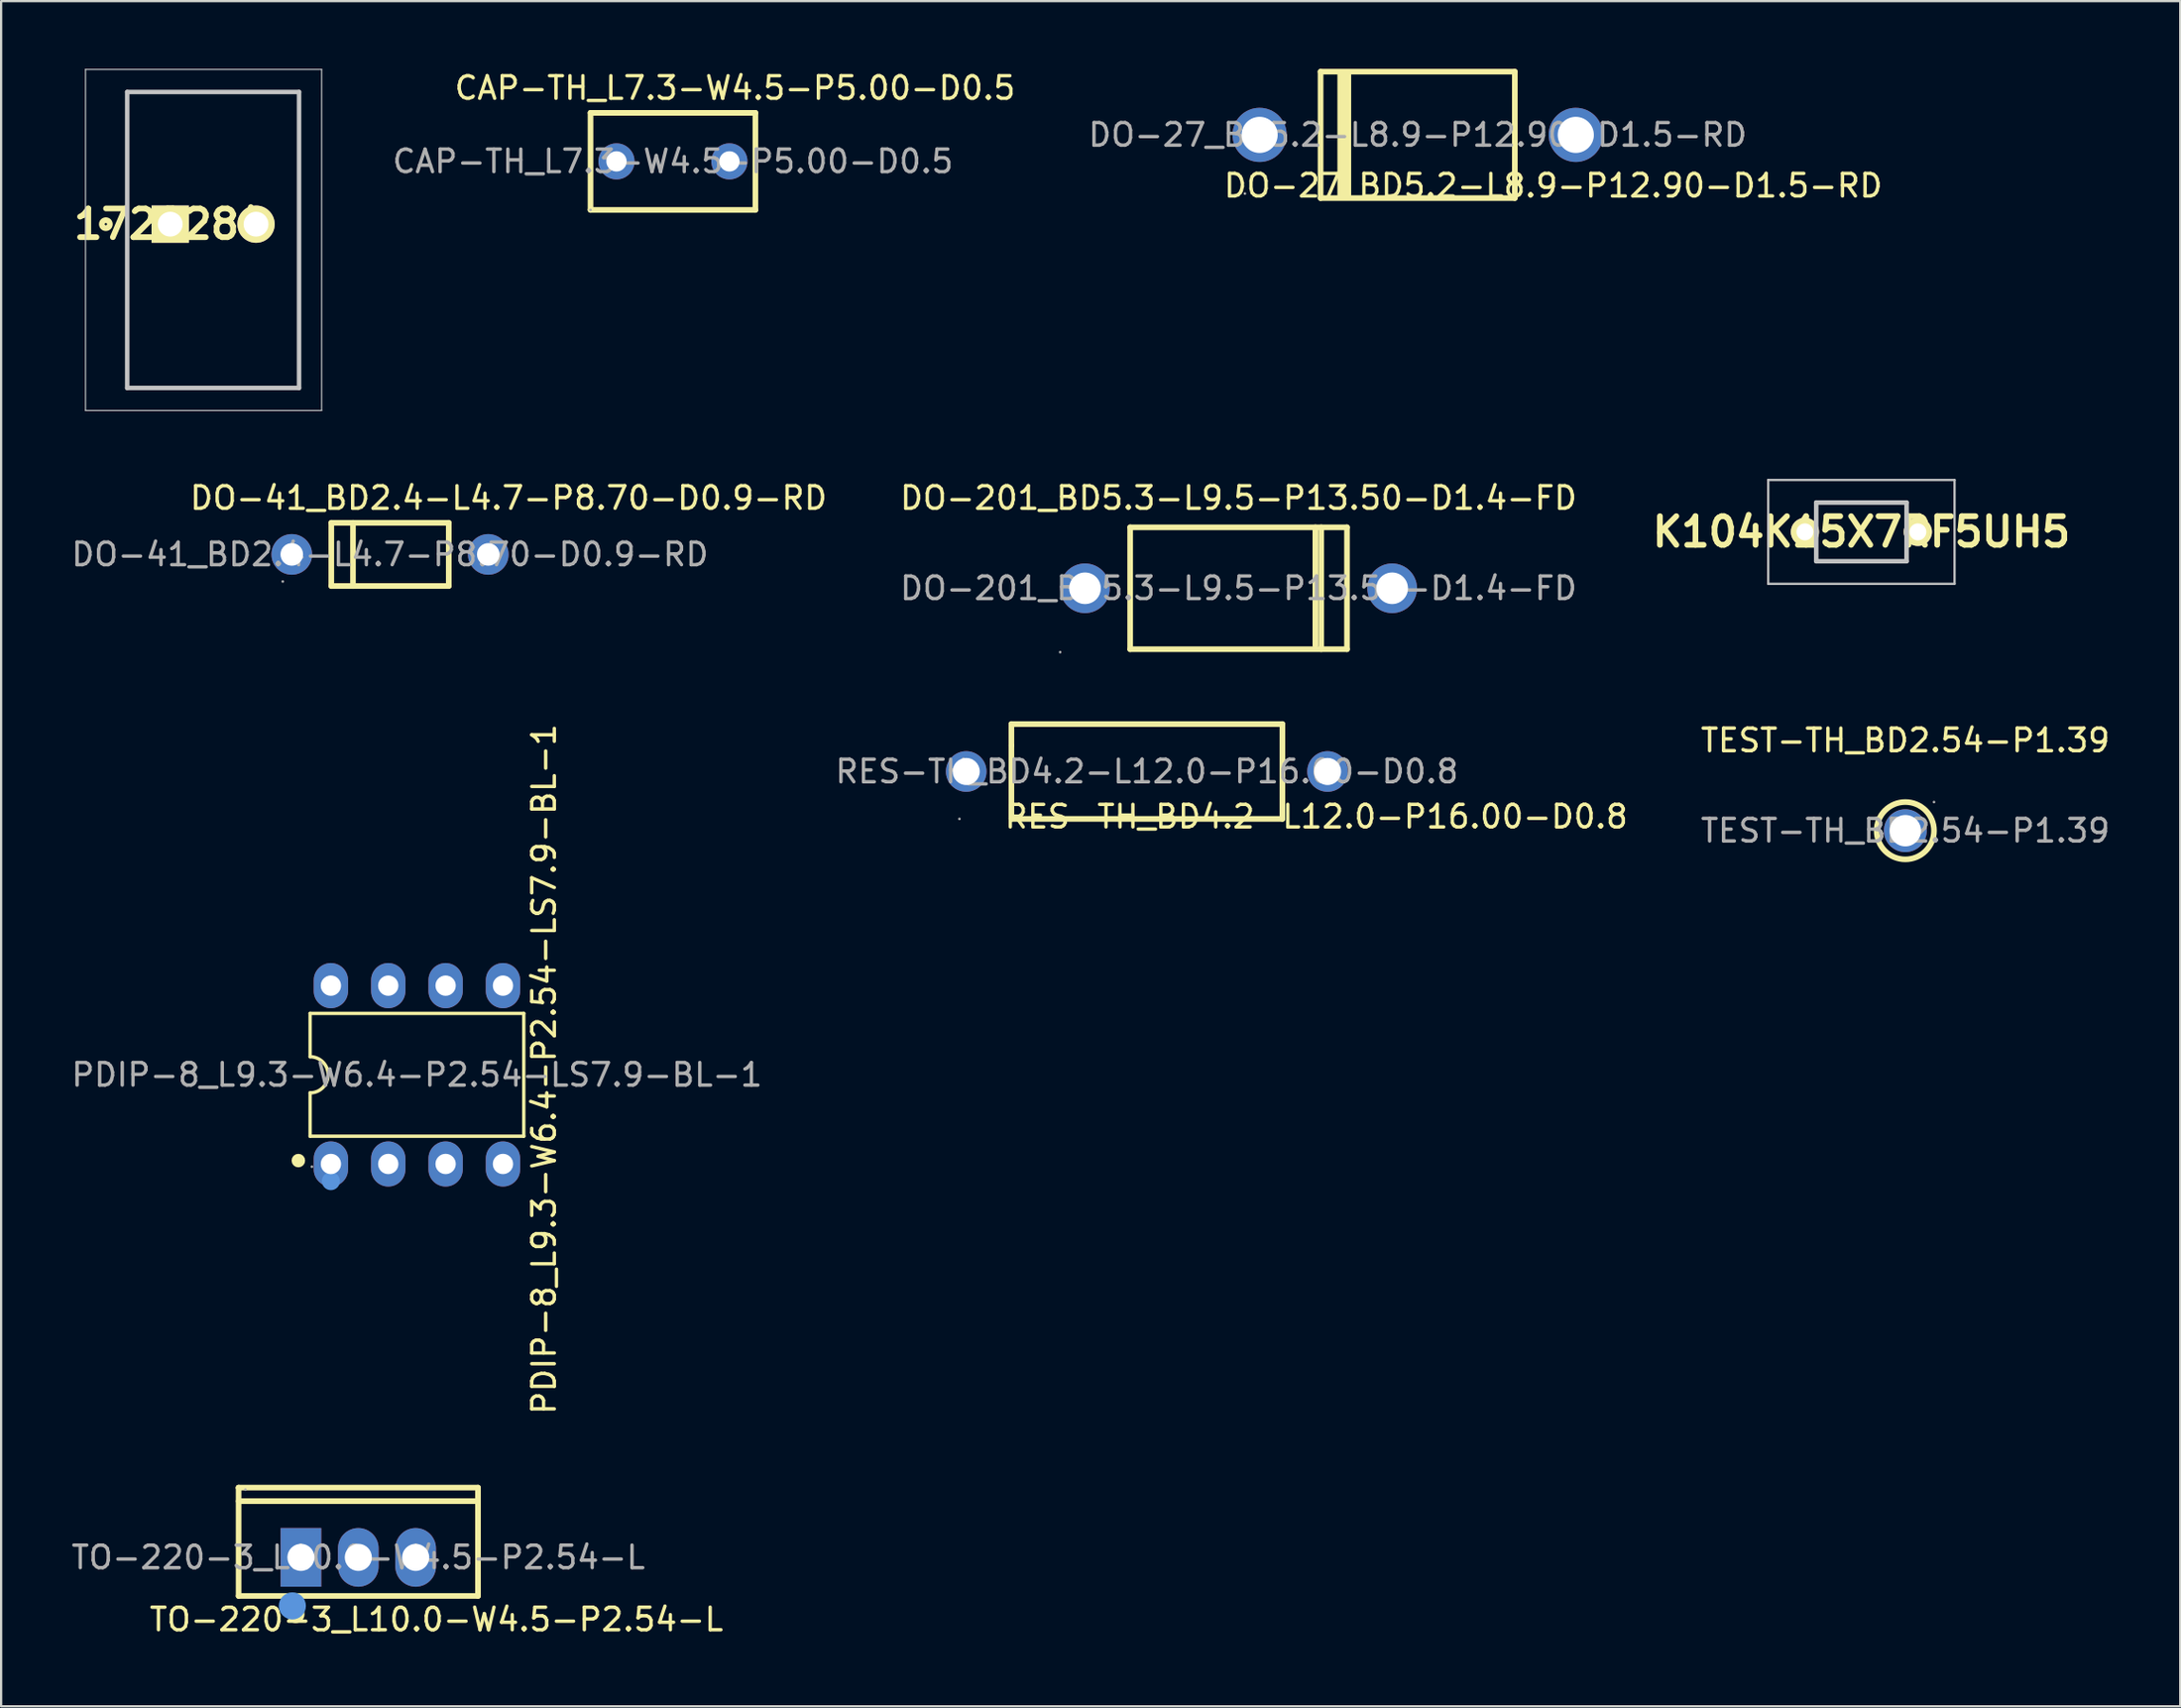
<source format=kicad_pcb>
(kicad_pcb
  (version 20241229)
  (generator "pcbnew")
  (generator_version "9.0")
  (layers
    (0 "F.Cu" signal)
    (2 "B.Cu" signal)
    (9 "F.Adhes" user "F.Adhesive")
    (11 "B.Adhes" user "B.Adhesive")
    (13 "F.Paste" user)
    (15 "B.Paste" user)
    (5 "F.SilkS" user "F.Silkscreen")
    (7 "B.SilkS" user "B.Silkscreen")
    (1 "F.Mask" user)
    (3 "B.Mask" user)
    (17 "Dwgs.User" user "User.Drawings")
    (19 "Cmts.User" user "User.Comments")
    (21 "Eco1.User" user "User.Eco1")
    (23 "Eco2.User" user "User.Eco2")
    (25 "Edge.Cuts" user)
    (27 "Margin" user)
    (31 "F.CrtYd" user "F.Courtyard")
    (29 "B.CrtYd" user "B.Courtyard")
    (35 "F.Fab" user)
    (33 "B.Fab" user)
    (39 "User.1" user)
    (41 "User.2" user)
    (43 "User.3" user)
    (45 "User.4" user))
  (footprint "DO-41_BD2.4-L4.7-P8.70-D0.9-RD"
    (layer "F.Cu")
    (at 14.22 21.508)
    (property "Reference" "DO-41_BD2.4-L4.7-P8.70-D0.9-RD" (at 5.25 -2.5 0) (layer "F.SilkS") (effects (font (size 1 1) (thickness 0.15))))
    (attr smd)
    (fp_line (start -2.6 -1.4) (end -2.6 1.4) (stroke (width 0.25) (type solid)) (layer "F.SilkS"))
    (fp_line (start -2.6 -1.4) (end 2.6 -1.4) (stroke (width 0.25) (type solid)) (layer "F.SilkS"))
    (fp_line (start -2.6 1.4) (end 2.6 1.4) (stroke (width 0.25) (type solid)) (layer "F.SilkS"))
    (fp_line (start -1.64 -1.4) (end -1.64 1.4) (stroke (width 0.25) (type solid)) (layer "F.SilkS"))
    (fp_line (start 2.6 -1.4) (end 2.6 1.4) (stroke (width 0.25) (type solid)) (layer "F.SilkS"))
    (fp_circle (center -4.75 1.2) (end -4.72 1.2) (stroke (width 0.06) (type solid)) (fill no) (layer "F.Fab"))
    (fp_circle (center -4.35 0) (end -4.15 0) (stroke (width 0.4) (type solid)) (fill no) (layer "F.Fab"))
    (fp_circle (center 4.35 0) (end 4.55 0) (stroke (width 0.4) (type solid)) (fill no) (layer "F.Fab"))
    (fp_text user "${REFERENCE}" (at 0 0 0) (layer "F.Fab") (effects (font (size 1 1) (thickness 0.15))))
    (pad "1" thru_hole circle (at -4.35 0) (size 1.8 1.8) (drill 1) (layers "*.Cu" "*.Mask"))
    (pad "2" thru_hole circle (at 4.35 0) (size 1.8 1.8) (drill 1) (layers "*.Cu" "*.Mask")))
  (footprint "RES-TH_BD4.2-L12.0-P16.00-D0.8"
    (layer "F.Cu")
    (at 47.732 31.123)
    (property "Reference" "RES-TH_BD4.2-L12.0-P16.00-D0.8" (at 7.5 2 0) (layer "F.SilkS") (effects (font (size 1 1) (thickness 0.15))))
    (attr through_hole dnp)
    (fp_line (start -6 -2.1) (end 6 -2.1) (stroke (width 0.25) (type solid)) (layer "F.SilkS"))
    (fp_line (start -6 -1.15) (end -6 -2.1) (stroke (width 0.25) (type solid)) (layer "F.SilkS"))
    (fp_line (start -6 2.1) (end -6 -1.15) (stroke (width 0.25) (type solid)) (layer "F.SilkS"))
    (fp_line (start 6 -2.1) (end 6 2.1) (stroke (width 0.25) (type solid)) (layer "F.SilkS"))
    (fp_line (start 6 2.1) (end -6 2.1) (stroke (width 0.25) (type solid)) (layer "F.SilkS"))
    (fp_circle (center -8.3 2.1) (end -8.27 2.1) (stroke (width 0.06) (type solid)) (fill no) (layer "F.Fab"))
    (fp_circle (center -8 0) (end -7.85 0) (stroke (width 0.3) (type solid)) (fill no) (layer "F.Fab"))
    (fp_circle (center 8 0) (end 8.15 0) (stroke (width 0.3) (type solid)) (fill no) (layer "F.Fab"))
    (fp_text user "${REFERENCE}" (at 0 0 0) (layer "F.Fab") (effects (font (size 1 1) (thickness 0.15))))
    (pad "1" thru_hole circle (at -8 0) (size 1.8 1.8) (drill 1.2) (layers "*.Cu" "*.Mask"))
    (pad "2" thru_hole circle (at 8 0) (size 1.8 1.8) (drill 1.2) (layers "*.Cu" "*.Mask")))
  (footprint "1728284"
    (layer "F.Cu")
    (at 4.487 6.88)
    (property "Reference" "1728284" (at 0 0 0) (layer "F.SilkS") (effects (font (size 1.27 1.27) (thickness 0.254))))
    (attr through_hole exclude_from_pos_files)
    (fp_line (start -1.905 -5.855) (end 5.705 -5.855) (stroke (width 0.1) (type solid)) (layer "F.SilkS"))
    (fp_line (start -1.905 7.255) (end -1.905 -5.855) (stroke (width 0.1) (type solid)) (layer "F.SilkS"))
    (fp_line (start 5.705 -5.855) (end 5.705 7.255) (stroke (width 0.1) (type solid)) (layer "F.SilkS"))
    (fp_line (start 5.705 7.255) (end -1.905 7.255) (stroke (width 0.1) (type solid)) (layer "F.SilkS"))
    (fp_circle (center -2.85 0) (end -2.9 0) (stroke (width 0.254) (type solid)) (fill no) (layer "F.SilkS"))
    (fp_line (start -3.75 -6.855) (end 6.705 -6.855) (stroke (width 0.05) (type solid)) (layer "Dwgs.User"))
    (fp_line (start -3.75 8.255) (end -3.75 -6.855) (stroke (width 0.05) (type solid)) (layer "Dwgs.User"))
    (fp_line (start -1.905 -5.855) (end 5.705 -5.855) (stroke (width 0.2) (type solid)) (layer "Dwgs.User"))
    (fp_line (start -1.905 7.255) (end -1.905 -5.855) (stroke (width 0.2) (type solid)) (layer "Dwgs.User"))
    (fp_line (start 5.705 -5.855) (end 5.705 7.255) (stroke (width 0.2) (type solid)) (layer "Dwgs.User"))
    (fp_line (start 5.705 7.255) (end -1.905 7.255) (stroke (width 0.2) (type solid)) (layer "Dwgs.User"))
    (fp_line (start 6.705 -6.855) (end 6.705 8.255) (stroke (width 0.05) (type solid)) (layer "Dwgs.User"))
    (fp_line (start 6.705 8.255) (end -3.75 8.255) (stroke (width 0.05) (type solid)) (layer "Dwgs.User"))
    (pad "1" thru_hole rect (at 0 0 90) (size 1.65 1.65) (drill 1.1) (layers "*.Cu" "*.Mask" "F.SilkS"))
    (pad "2" thru_hole circle (at 3.8 0 90) (size 1.65 1.65) (drill 1.1) (layers "*.Cu" "*.Mask" "F.SilkS")))
  (footprint "PDIP-8_L9.3-W6.4-P2.54-LS7.9-BL-1"
    (layer "F.Cu")
    (at 15.411 44.559)
    (property "Reference" "PDIP-8_L9.3-W6.4-P2.54-LS7.9-BL-1" (at 5.628 -0.25 90) (layer "F.SilkS") (effects (font (size 1 1) (thickness 0.15))))
    (attr through_hole)
    (fp_line (start -4.73 -2.72) (end -4.73 -0.8) (stroke (width 0.15) (type solid)) (layer "F.SilkS"))
    (fp_line (start -4.73 0.8) (end -4.73 2.72) (stroke (width 0.15) (type solid)) (layer "F.SilkS"))
    (fp_line (start -4.73 2.72) (end 4.73 2.72) (stroke (width 0.15) (type solid)) (layer "F.SilkS"))
    (fp_line (start 4.73 -2.72) (end -4.73 -2.72) (stroke (width 0.15) (type solid)) (layer "F.SilkS"))
    (fp_line (start 4.73 2.72) (end 4.73 -2.72) (stroke (width 0.15) (type solid)) (layer "F.SilkS"))
    (fp_arc (start -4.73 -0.8) (mid -3.93 0) (end -4.73 0.8) (stroke (width 0.15) (type solid)) (layer "F.SilkS"))
    (fp_circle (center -5.25 3.8) (end -5.1 3.8) (stroke (width 0.3) (type solid)) (fill no) (layer "F.SilkS"))
    (fp_circle (center -3.81 4.71) (end -3.61 4.71) (stroke (width 0.4) (type solid)) (fill no) (layer "Cmts.User"))
    (fp_circle (center -4.65 4.07) (end -4.62 4.07) (stroke (width 0.06) (type solid)) (fill no) (layer "F.Fab"))
    (fp_text user "${REFERENCE}" (at 0 0 0) (layer "F.Fab") (effects (font (size 1 1) (thickness 0.15))))
    (pad "1" thru_hole oval (at -3.81 3.95) (size 1.52 2) (drill 0.9) (layers "*.Cu" "*.Mask"))
    (pad "2" thru_hole oval (at -1.27 3.95) (size 1.52 2) (drill 0.9) (layers "*.Cu" "*.Mask"))
    (pad "3" thru_hole oval (at 1.27 3.95) (size 1.52 2) (drill 0.9) (layers "*.Cu" "*.Mask"))
    (pad "4" thru_hole oval (at 3.81 3.95) (size 1.52 2) (drill 0.9) (layers "*.Cu" "*.Mask"))
    (pad "5" thru_hole oval (at 3.81 -3.95) (size 1.52 2) (drill 0.9) (layers "*.Cu" "*.Mask"))
    (pad "6" thru_hole oval (at 1.27 -3.95) (size 1.52 2) (drill 0.9) (layers "*.Cu" "*.Mask"))
    (pad "7" thru_hole oval (at -1.27 -3.95) (size 1.52 2) (drill 0.9) (layers "*.Cu" "*.Mask"))
    (pad "8" thru_hole oval (at -3.81 -3.95) (size 1.52 2) (drill 0.9) (layers "*.Cu" "*.Mask")))
  (footprint "DO-27_BD5.2-L8.9-P12.90-D1.5-RD"
    (layer "F.Cu")
    (at 59.723 2.925)
    (property "Reference" "DO-27_BD5.2-L8.9-P12.90-D1.5-RD" (at 6 2.25 180) (layer "F.SilkS") (effects (font (size 1 1) (thickness 0.15))))
    (attr smd)
    (fp_line (start -4.3 -2.8) (end -4.3 2.8) (stroke (width 0.25) (type solid)) (layer "F.SilkS"))
    (fp_line (start -4.3 -2.8) (end 4.3 -2.8) (stroke (width 0.25) (type solid)) (layer "F.SilkS"))
    (fp_line (start -4.3 2.8) (end 4.3 2.8) (stroke (width 0.25) (type solid)) (layer "F.SilkS"))
    (fp_line (start -3.44 2.66) (end -3.44 -2.67) (stroke (width 0.23) (type solid)) (layer "F.SilkS"))
    (fp_line (start -3.31 2.66) (end -3.31 -2.67) (stroke (width 0.23) (type solid)) (layer "F.SilkS"))
    (fp_line (start -3.18 2.66) (end -3.18 -2.67) (stroke (width 0.23) (type solid)) (layer "F.SilkS"))
    (fp_line (start -3.06 2.66) (end -3.06 -2.67) (stroke (width 0.23) (type solid)) (layer "F.SilkS"))
    (fp_line (start 4.3 -2.8) (end 4.3 2.8) (stroke (width 0.25) (type solid)) (layer "F.SilkS"))
    (fp_circle (center -7.65 2.6) (end -7.62 2.6) (stroke (width 0.06) (type solid)) (fill no) (layer "F.Fab"))
    (fp_circle (center -7 0) (end -6.67 0) (stroke (width 0.65) (type solid)) (fill no) (layer "F.Fab"))
    (fp_circle (center 7 0) (end 7.33 0) (stroke (width 0.65) (type solid)) (fill no) (layer "F.Fab"))
    (fp_text user "${REFERENCE}" (at 0 0 180) (layer "F.Fab") (effects (font (size 1 1) (thickness 0.15))))
    (pad "1" thru_hole circle (at -7 0 180) (size 2.4 2.4) (drill 1.6) (layers "*.Cu" "*.Mask"))
    (pad "2" thru_hole circle (at 7 0 180) (size 2.4 2.4) (drill 1.6) (layers "*.Cu" "*.Mask")))
  (footprint "DO-201_BD5.3-L9.5-P13.50-D1.4-FD"
    (layer "F.Cu")
    (at 51.792 23.008)
    (property "Reference" "DO-201_BD5.3-L9.5-P13.50-D1.4-FD" (at 0 -4 0) (layer "F.SilkS") (effects (font (size 1 1) (thickness 0.15))))
    (attr smd)
    (fp_line (start -4.8 -2.7) (end -4.8 2.7) (stroke (width 0.25) (type solid)) (layer "F.SilkS"))
    (fp_line (start -4.8 -2.7) (end 4.8 -2.7) (stroke (width 0.25) (type solid)) (layer "F.SilkS"))
    (fp_line (start 3.4 -2.7) (end 3.4 2.54) (stroke (width 0.25) (type solid)) (layer "F.SilkS"))
    (fp_line (start 3.66 -2.7) (end 3.66 2.7) (stroke (width 0.25) (type solid)) (layer "F.SilkS"))
    (fp_line (start 4.8 -2.7) (end 4.8 2.7) (stroke (width 0.25) (type solid)) (layer "F.SilkS"))
    (fp_line (start 4.8 2.7) (end -4.8 2.7) (stroke (width 0.25) (type solid)) (layer "F.SilkS"))
    (fp_circle (center -7.9 2.83) (end -7.87 2.83) (stroke (width 0.06) (type solid)) (fill no) (layer "F.Fab"))
    (fp_circle (center -6.8 0) (end -6.5 0) (stroke (width 0.6) (type solid)) (fill no) (layer "F.Fab"))
    (fp_circle (center 6.8 0) (end 7.1 0) (stroke (width 0.6) (type solid)) (fill no) (layer "F.Fab"))
    (fp_text user "${REFERENCE}" (at 0 0 0) (layer "F.Fab") (effects (font (size 1 1) (thickness 0.15))))
    (pad "1" thru_hole circle (at -6.8 0 180) (size 2.2 2.2) (drill 1.4) (layers "*.Cu" "*.Mask"))
    (pad "2" thru_hole circle (at 6.8 0 180) (size 2.2 2.2) (drill 1.4) (layers "*.Cu" "*.Mask")))
  (footprint "CAP-TH_L7.3-W4.5-P5.00-D0.5"
    (layer "F.Cu")
    (at 26.747 4.098)
    (property "Reference" "CAP-TH_L7.3-W4.5-P5.00-D0.5" (at 2.75 -3.25 180) (layer "F.SilkS") (effects (font (size 1 1) (thickness 0.15))))
    (attr through_hole)
    (fp_line (start -3.65 -2.15) (end 3.65 -2.15) (stroke (width 0.25) (type solid)) (layer "F.SilkS"))
    (fp_line (start -3.65 2.15) (end -3.65 -2.15) (stroke (width 0.25) (type solid)) (layer "F.SilkS"))
    (fp_line (start 3.65 -2.15) (end 3.65 2.15) (stroke (width 0.25) (type solid)) (layer "F.SilkS"))
    (fp_line (start 3.65 2.15) (end -3.65 2.15) (stroke (width 0.25) (type solid)) (layer "F.SilkS"))
    (fp_circle (center -3.65 2.15) (end -3.62 2.15) (stroke (width 0.06) (type solid)) (fill no) (layer "F.Fab"))
    (fp_circle (center -2.5 0) (end -2.38 0) (stroke (width 0.25) (type solid)) (fill no) (layer "F.Fab"))
    (fp_circle (center 2.5 0) (end 2.62 0) (stroke (width 0.25) (type solid)) (fill no) (layer "F.Fab"))
    (fp_text user "${REFERENCE}" (at 0 0 180) (layer "F.Fab") (effects (font (size 1 1) (thickness 0.15))))
    (pad "1" thru_hole circle (at -2.5 0) (size 1.6 1.6) (drill 0.9) (layers "*.Cu" "*.Mask"))
    (pad "2" thru_hole circle (at 2.5 0) (size 1.6 1.6) (drill 0.9) (layers "*.Cu" "*.Mask")))
  (footprint "K104K15X7RF5UH5"
    (layer "F.Cu")
    (at 76.869 20.51)
    (property "Reference" "K104K15X7RF5UH5" (at 2.5 0 0) (layer "F.SilkS") (effects (font (size 1.27 1.27) (thickness 0.254))))
    (attr through_hole exclude_from_pos_files)
    (fp_line (start 0.5 -1.3) (end 4.5 -1.3) (stroke (width 0.1) (type solid)) (layer "F.SilkS"))
    (fp_line (start 0.5 1.3) (end 4.5 1.3) (stroke (width 0.1) (type solid)) (layer "F.SilkS"))
    (fp_line (start -1.625 -2.3) (end 6.625 -2.3) (stroke (width 0.1) (type solid)) (layer "Dwgs.User"))
    (fp_line (start -1.625 2.3) (end -1.625 -2.3) (stroke (width 0.1) (type solid)) (layer "Dwgs.User"))
    (fp_line (start 0.5 -1.3) (end 4.5 -1.3) (stroke (width 0.2) (type solid)) (layer "Dwgs.User"))
    (fp_line (start 0.5 1.3) (end 0.5 -1.3) (stroke (width 0.2) (type solid)) (layer "Dwgs.User"))
    (fp_line (start 4.5 -1.3) (end 4.5 1.3) (stroke (width 0.2) (type solid)) (layer "Dwgs.User"))
    (fp_line (start 4.5 1.3) (end 0.5 1.3) (stroke (width 0.2) (type solid)) (layer "Dwgs.User"))
    (fp_line (start 6.625 -2.3) (end 6.625 2.3) (stroke (width 0.1) (type solid)) (layer "Dwgs.User"))
    (fp_line (start 6.625 2.3) (end -1.625 2.3) (stroke (width 0.1) (type solid)) (layer "Dwgs.User"))
    (pad "1" thru_hole circle (at 0 0 90) (size 1.25 1.25) (drill 0.75) (layers "*.Cu" "*.Mask" "F.SilkS"))
    (pad "2" thru_hole circle (at 5 0 90) (size 1.25 1.25) (drill 0.75) (layers "*.Cu" "*.Mask" "F.SilkS")))
  (footprint "TEST-TH_BD2.54-P1.39"
    (layer "F.Cu")
    (at 81.315 33.746)
    (property "Reference" "TEST-TH_BD2.54-P1.39" (at 0 -4 0) (layer "F.SilkS") (effects (font (size 1 1) (thickness 0.15))))
    (attr through_hole)
    (fp_circle (center 0 0) (end 1.27 0) (stroke (width 0.25) (type solid)) (fill no) (layer "F.SilkS"))
    (fp_circle (center 1.27 -1.27) (end 1.3 -1.27) (stroke (width 0.06) (type solid)) (fill no) (layer "F.Fab"))
    (fp_text user "${REFERENCE}" (at 0 0 0) (layer "F.Fab") (effects (font (size 1 1) (thickness 0.15))))
    (pad "1" thru_hole circle (at 0 0) (size 1.9 1.9) (drill 1.39) (layers "*.Cu" "*.Mask")))
  (footprint "TO-220-3_L10.0-W4.5-P2.54-L"
    (layer "F.Cu")
    (at 12.815 65.935)
    (property "Reference" "TO-220-3_L10.0-W4.5-P2.54-L" (at 3.46 2.75 180) (layer "F.SilkS") (effects (font (size 1 1) (thickness 0.15))))
    (attr smd)
    (fp_line (start -5.3 -3.09) (end 5.3 -3.09) (stroke (width 0.25) (type solid)) (layer "F.SilkS"))
    (fp_line (start -5.3 -3.08) (end -5.3 -3.09) (stroke (width 0.25) (type solid)) (layer "F.SilkS"))
    (fp_line (start -5.3 1.71) (end -5.3 -3.08) (stroke (width 0.25) (type solid)) (layer "F.SilkS"))
    (fp_line (start 5.3 -3.09) (end 5.3 1.71) (stroke (width 0.25) (type solid)) (layer "F.SilkS"))
    (fp_line (start 5.3 -2.49) (end -5.3 -2.49) (stroke (width 0.25) (type solid)) (layer "F.SilkS"))
    (fp_line (start 5.3 1.71) (end -5.3 1.71) (stroke (width 0.25) (type solid)) (layer "F.SilkS"))
    (fp_arc (start -2.76 2.33) (mid -2.775239 2.710191) (end -2.769526 2.329738) (stroke (width 0.4) (type solid)) (layer "F.SilkS"))
    (fp_circle (center -2.92 2.15) (end -2.62 2.15) (stroke (width 0.6) (type solid)) (fill no) (layer "Cmts.User"))
    (fp_circle (center -5 -3) (end -4.97 -3) (stroke (width 0.06) (type solid)) (fill no) (layer "F.Fab"))
    (fp_text user "${REFERENCE}" (at 0 0 180) (layer "F.Fab") (effects (font (size 1 1) (thickness 0.15))))
    (pad "1" thru_hole rect (at -2.54 0) (size 1.8 2.6) (drill 1.2) (layers "*.Cu" "*.Mask"))
    (pad "2" thru_hole oval (at 0 0) (size 1.8 2.6) (drill 1.2) (layers "*.Cu" "*.Mask"))
    (pad "3" thru_hole oval (at 2.54 0) (size 1.8 2.6) (drill 1.2) (layers "*.Cu" "*.Mask")))
  (gr_rect
    (start -3 -3)
    (end 93.488 72.533)
    (stroke (width 0.1) (type default))
    (fill no)
    (layer "Edge.Cuts")))
</source>
